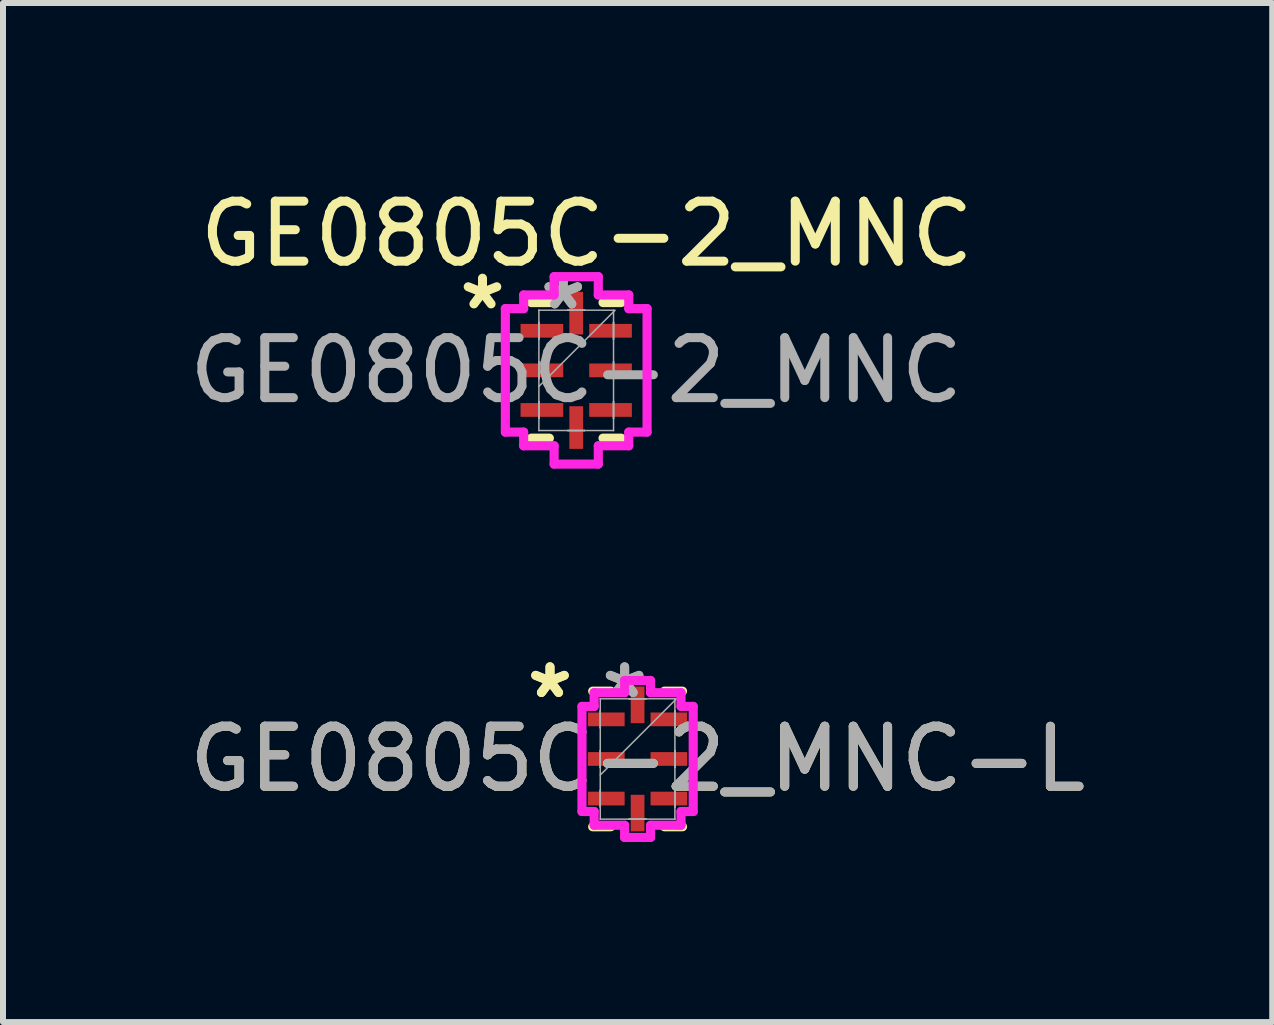
<source format=kicad_pcb>
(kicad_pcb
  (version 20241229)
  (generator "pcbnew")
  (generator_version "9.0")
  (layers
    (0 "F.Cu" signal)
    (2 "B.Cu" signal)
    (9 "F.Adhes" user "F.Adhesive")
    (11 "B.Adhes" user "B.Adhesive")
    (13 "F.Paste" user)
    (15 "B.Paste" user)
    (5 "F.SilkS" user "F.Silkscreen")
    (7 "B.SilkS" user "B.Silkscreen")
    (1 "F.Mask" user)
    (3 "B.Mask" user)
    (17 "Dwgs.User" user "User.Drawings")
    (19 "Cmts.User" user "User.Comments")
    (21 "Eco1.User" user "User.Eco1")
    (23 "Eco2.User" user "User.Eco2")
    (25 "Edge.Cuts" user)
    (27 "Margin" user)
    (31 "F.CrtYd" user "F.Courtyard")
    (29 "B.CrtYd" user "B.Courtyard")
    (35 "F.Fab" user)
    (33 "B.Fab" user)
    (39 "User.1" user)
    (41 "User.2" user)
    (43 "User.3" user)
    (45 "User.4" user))
  (footprint "GE0805C-2_MNC"
    (layer "F.Cu")
    (at 6.554 3.123)
    (property "Reference" "GE0805C-2_MNC" (at 0.175 -2.275 0) (unlocked yes) (layer "F.SilkS") (effects (font (size 1 1) (thickness 0.15))))
    (attr smd)
    (fp_line (start -0.749 1.13) (end -0.447 1.13) (stroke (width 0.152) (type solid)) (layer "F.SilkS"))
    (fp_line (start -0.447 -1.13) (end -0.749 -1.13) (stroke (width 0.152) (type solid)) (layer "F.SilkS"))
    (fp_line (start 0.447 1.13) (end 0.749 1.13) (stroke (width 0.152) (type solid)) (layer "F.SilkS"))
    (fp_line (start 0.749 -1.13) (end 0.447 -1.13) (stroke (width 0.152) (type solid)) (layer "F.SilkS"))
    (fp_line (start -1.181 -1.029) (end -0.876 -1.029) (stroke (width 0.152) (type solid)) (layer "F.CrtYd"))
    (fp_line (start -1.181 1.029) (end -1.181 -1.029) (stroke (width 0.152) (type solid)) (layer "F.CrtYd"))
    (fp_line (start -0.876 -1.257) (end -0.368 -1.257) (stroke (width 0.152) (type solid)) (layer "F.CrtYd"))
    (fp_line (start -0.876 -1.029) (end -0.876 -1.257) (stroke (width 0.152) (type solid)) (layer "F.CrtYd"))
    (fp_line (start -0.876 1.029) (end -1.181 1.029) (stroke (width 0.152) (type solid)) (layer "F.CrtYd"))
    (fp_line (start -0.876 1.257) (end -0.876 1.029) (stroke (width 0.152) (type solid)) (layer "F.CrtYd"))
    (fp_line (start -0.368 -1.562) (end 0.368 -1.562) (stroke (width 0.152) (type solid)) (layer "F.CrtYd"))
    (fp_line (start -0.368 -1.257) (end -0.368 -1.562) (stroke (width 0.152) (type solid)) (layer "F.CrtYd"))
    (fp_line (start -0.368 1.257) (end -0.876 1.257) (stroke (width 0.152) (type solid)) (layer "F.CrtYd"))
    (fp_line (start -0.368 1.562) (end -0.368 1.257) (stroke (width 0.152) (type solid)) (layer "F.CrtYd"))
    (fp_line (start 0.368 -1.562) (end 0.368 -1.257) (stroke (width 0.152) (type solid)) (layer "F.CrtYd"))
    (fp_line (start 0.368 -1.257) (end 0.876 -1.257) (stroke (width 0.152) (type solid)) (layer "F.CrtYd"))
    (fp_line (start 0.368 1.257) (end 0.368 1.562) (stroke (width 0.152) (type solid)) (layer "F.CrtYd"))
    (fp_line (start 0.368 1.562) (end -0.368 1.562) (stroke (width 0.152) (type solid)) (layer "F.CrtYd"))
    (fp_line (start 0.876 -1.257) (end 0.876 -1.029) (stroke (width 0.152) (type solid)) (layer "F.CrtYd"))
    (fp_line (start 0.876 -1.029) (end 1.181 -1.029) (stroke (width 0.152) (type solid)) (layer "F.CrtYd"))
    (fp_line (start 0.876 1.029) (end 0.876 1.257) (stroke (width 0.152) (type solid)) (layer "F.CrtYd"))
    (fp_line (start 0.876 1.257) (end 0.368 1.257) (stroke (width 0.152) (type solid)) (layer "F.CrtYd"))
    (fp_line (start 1.181 -1.029) (end 1.181 1.029) (stroke (width 0.152) (type solid)) (layer "F.CrtYd"))
    (fp_line (start 1.181 1.029) (end 0.876 1.029) (stroke (width 0.152) (type solid)) (layer "F.CrtYd"))
    (fp_line (start -0.622 -1.003) (end -0.622 -1.003) (stroke (width 0.025) (type solid)) (layer "F.Fab"))
    (fp_line (start -0.622 -1.003) (end -0.622 1.003) (stroke (width 0.025) (type solid)) (layer "F.Fab"))
    (fp_line (start -0.622 -0.8) (end -0.622 -0.8) (stroke (width 0.025) (type solid)) (layer "F.Fab"))
    (fp_line (start -0.622 -0.8) (end -0.622 -0.521) (stroke (width 0.025) (type solid)) (layer "F.Fab"))
    (fp_line (start -0.622 -0.521) (end -0.622 -0.8) (stroke (width 0.025) (type solid)) (layer "F.Fab"))
    (fp_line (start -0.622 -0.521) (end -0.622 -0.521) (stroke (width 0.025) (type solid)) (layer "F.Fab"))
    (fp_line (start -0.622 -0.14) (end -0.622 -0.14) (stroke (width 0.025) (type solid)) (layer "F.Fab"))
    (fp_line (start -0.622 -0.14) (end -0.622 0.14) (stroke (width 0.025) (type solid)) (layer "F.Fab"))
    (fp_line (start -0.622 0.14) (end -0.622 -0.14) (stroke (width 0.025) (type solid)) (layer "F.Fab"))
    (fp_line (start -0.622 0.14) (end -0.622 0.14) (stroke (width 0.025) (type solid)) (layer "F.Fab"))
    (fp_line (start -0.622 0.267) (end 0.648 -1.003) (stroke (width 0.025) (type solid)) (layer "F.Fab"))
    (fp_line (start -0.622 0.521) (end -0.622 0.521) (stroke (width 0.025) (type solid)) (layer "F.Fab"))
    (fp_line (start -0.622 0.521) (end -0.622 0.8) (stroke (width 0.025) (type solid)) (layer "F.Fab"))
    (fp_line (start -0.622 0.8) (end -0.622 0.521) (stroke (width 0.025) (type solid)) (layer "F.Fab"))
    (fp_line (start -0.622 0.8) (end -0.622 0.8) (stroke (width 0.025) (type solid)) (layer "F.Fab"))
    (fp_line (start -0.622 1.003) (end -0.622 1.003) (stroke (width 0.025) (type solid)) (layer "F.Fab"))
    (fp_line (start -0.622 1.003) (end 0.622 1.003) (stroke (width 0.025) (type solid)) (layer "F.Fab"))
    (fp_line (start -0.14 -1.003) (end -0.14 -1.003) (stroke (width 0.025) (type solid)) (layer "F.Fab"))
    (fp_line (start -0.14 -1.003) (end 0.14 -1.003) (stroke (width 0.025) (type solid)) (layer "F.Fab"))
    (fp_line (start -0.14 1.003) (end -0.14 1.003) (stroke (width 0.025) (type solid)) (layer "F.Fab"))
    (fp_line (start -0.14 1.003) (end 0.14 1.003) (stroke (width 0.025) (type solid)) (layer "F.Fab"))
    (fp_line (start 0.14 -1.003) (end -0.14 -1.003) (stroke (width 0.025) (type solid)) (layer "F.Fab"))
    (fp_line (start 0.14 -1.003) (end 0.14 -1.003) (stroke (width 0.025) (type solid)) (layer "F.Fab"))
    (fp_line (start 0.14 1.003) (end -0.14 1.003) (stroke (width 0.025) (type solid)) (layer "F.Fab"))
    (fp_line (start 0.14 1.003) (end 0.14 1.003) (stroke (width 0.025) (type solid)) (layer "F.Fab"))
    (fp_line (start 0.622 -1.003) (end -0.622 -1.003) (stroke (width 0.025) (type solid)) (layer "F.Fab"))
    (fp_line (start 0.622 -1.003) (end 0.622 -1.003) (stroke (width 0.025) (type solid)) (layer "F.Fab"))
    (fp_line (start 0.622 -0.8) (end 0.622 -0.8) (stroke (width 0.025) (type solid)) (layer "F.Fab"))
    (fp_line (start 0.622 -0.8) (end 0.622 -0.521) (stroke (width 0.025) (type solid)) (layer "F.Fab"))
    (fp_line (start 0.622 -0.521) (end 0.622 -0.8) (stroke (width 0.025) (type solid)) (layer "F.Fab"))
    (fp_line (start 0.622 -0.521) (end 0.622 -0.521) (stroke (width 0.025) (type solid)) (layer "F.Fab"))
    (fp_line (start 0.622 -0.14) (end 0.622 -0.14) (stroke (width 0.025) (type solid)) (layer "F.Fab"))
    (fp_line (start 0.622 -0.14) (end 0.622 0.14) (stroke (width 0.025) (type solid)) (layer "F.Fab"))
    (fp_line (start 0.622 0.14) (end 0.622 -0.14) (stroke (width 0.025) (type solid)) (layer "F.Fab"))
    (fp_line (start 0.622 0.14) (end 0.622 0.14) (stroke (width 0.025) (type solid)) (layer "F.Fab"))
    (fp_line (start 0.622 0.521) (end 0.622 0.521) (stroke (width 0.025) (type solid)) (layer "F.Fab"))
    (fp_line (start 0.622 0.521) (end 0.622 0.8) (stroke (width 0.025) (type solid)) (layer "F.Fab"))
    (fp_line (start 0.622 0.8) (end 0.622 0.521) (stroke (width 0.025) (type solid)) (layer "F.Fab"))
    (fp_line (start 0.622 0.8) (end 0.622 0.8) (stroke (width 0.025) (type solid)) (layer "F.Fab"))
    (fp_line (start 0.622 1.003) (end 0.622 -1.003) (stroke (width 0.025) (type solid)) (layer "F.Fab"))
    (fp_line (start 0.622 1.003) (end 0.622 1.003) (stroke (width 0.025) (type solid)) (layer "F.Fab"))
    (fp_text user "*" (at -1.562 -0.991 0) (unlocked yes) (layer "F.SilkS") (effects (font (size 1 1) (thickness 0.15))))
    (fp_text user "${REFERENCE}" (at 0 0 0) (unlocked yes) (layer "F.Fab") (effects (font (size 1 1) (thickness 0.15))))
    (fp_text user "*" (at -0.216 -0.991 0) (layer "F.Fab") (effects (font (size 1 1) (thickness 0.15))))
    (fp_text user "*" (at -0.216 -0.991 0) (unlocked yes) (layer "F.Fab") (effects (font (size 1 1) (thickness 0.15))))
    (pad "1" smd rect (at -0.572 -0.66 90) (size 0.229 0.711) (layers "F.Cu" "F.Mask" "F.Paste"))
    (pad "2" smd rect (at -0.572 0 90) (size 0.229 0.711) (layers "F.Cu" "F.Mask" "F.Paste"))
    (pad "3" smd rect (at -0.572 0.66 90) (size 0.229 0.711) (layers "F.Cu" "F.Mask" "F.Paste"))
    (pad "4" smd rect (at 0 0.953) (size 0.229 0.711) (layers "F.Cu" "F.Mask" "F.Paste"))
    (pad "5" smd rect (at 0.572 0.66 90) (size 0.229 0.711) (layers "F.Cu" "F.Mask" "F.Paste"))
    (pad "6" smd rect (at 0.572 0 90) (size 0.229 0.711) (layers "F.Cu" "F.Mask" "F.Paste"))
    (pad "7" smd rect (at 0.572 -0.66 90) (size 0.229 0.711) (layers "F.Cu" "F.Mask" "F.Paste"))
    (pad "8" smd rect (at 0 -0.953) (size 0.229 0.711) (layers "F.Cu" "F.Mask" "F.Paste")))
  (footprint "GE0805C-2_MNC-L"
    (layer "F.Cu")
    (at 7.577 9.6)
    (property "Reference" "GE0805C-2_MNC-L" (at 0 0 0) (unlocked yes) (layer "F.SilkS") (effects (font (size 1 1) (thickness 0.15))))
    (attr smd)
    (fp_line (start -0.749 1.13) (end -0.447 1.13) (stroke (width 0.152) (type solid)) (layer "F.SilkS"))
    (fp_line (start -0.447 -1.13) (end -0.749 -1.13) (stroke (width 0.152) (type solid)) (layer "F.SilkS"))
    (fp_line (start 0.447 1.13) (end 0.749 1.13) (stroke (width 0.152) (type solid)) (layer "F.SilkS"))
    (fp_line (start 0.749 -1.13) (end 0.447 -1.13) (stroke (width 0.152) (type solid)) (layer "F.SilkS"))
    (fp_line (start -0.927 -0.876) (end -0.724 -0.876) (stroke (width 0.152) (type solid)) (layer "F.CrtYd"))
    (fp_line (start -0.927 0.876) (end -0.927 -0.876) (stroke (width 0.152) (type solid)) (layer "F.CrtYd"))
    (fp_line (start -0.724 -1.105) (end -0.216 -1.105) (stroke (width 0.152) (type solid)) (layer "F.CrtYd"))
    (fp_line (start -0.724 -0.876) (end -0.724 -1.105) (stroke (width 0.152) (type solid)) (layer "F.CrtYd"))
    (fp_line (start -0.724 0.876) (end -0.927 0.876) (stroke (width 0.152) (type solid)) (layer "F.CrtYd"))
    (fp_line (start -0.724 1.105) (end -0.724 0.876) (stroke (width 0.152) (type solid)) (layer "F.CrtYd"))
    (fp_line (start -0.216 -1.308) (end 0.216 -1.308) (stroke (width 0.152) (type solid)) (layer "F.CrtYd"))
    (fp_line (start -0.216 -1.105) (end -0.216 -1.308) (stroke (width 0.152) (type solid)) (layer "F.CrtYd"))
    (fp_line (start -0.216 1.105) (end -0.724 1.105) (stroke (width 0.152) (type solid)) (layer "F.CrtYd"))
    (fp_line (start -0.216 1.308) (end -0.216 1.105) (stroke (width 0.152) (type solid)) (layer "F.CrtYd"))
    (fp_line (start 0.216 -1.308) (end 0.216 -1.105) (stroke (width 0.152) (type solid)) (layer "F.CrtYd"))
    (fp_line (start 0.216 -1.105) (end 0.724 -1.105) (stroke (width 0.152) (type solid)) (layer "F.CrtYd"))
    (fp_line (start 0.216 1.105) (end 0.216 1.308) (stroke (width 0.152) (type solid)) (layer "F.CrtYd"))
    (fp_line (start 0.216 1.308) (end -0.216 1.308) (stroke (width 0.152) (type solid)) (layer "F.CrtYd"))
    (fp_line (start 0.724 -1.105) (end 0.724 -0.876) (stroke (width 0.152) (type solid)) (layer "F.CrtYd"))
    (fp_line (start 0.724 -0.876) (end 0.927 -0.876) (stroke (width 0.152) (type solid)) (layer "F.CrtYd"))
    (fp_line (start 0.724 0.876) (end 0.724 1.105) (stroke (width 0.152) (type solid)) (layer "F.CrtYd"))
    (fp_line (start 0.724 1.105) (end 0.216 1.105) (stroke (width 0.152) (type solid)) (layer "F.CrtYd"))
    (fp_line (start 0.927 -0.876) (end 0.927 0.876) (stroke (width 0.152) (type solid)) (layer "F.CrtYd"))
    (fp_line (start 0.927 0.876) (end 0.724 0.876) (stroke (width 0.152) (type solid)) (layer "F.CrtYd"))
    (fp_line (start -0.622 -1.003) (end -0.622 -1.003) (stroke (width 0.025) (type solid)) (layer "F.Fab"))
    (fp_line (start -0.622 -1.003) (end -0.622 1.003) (stroke (width 0.025) (type solid)) (layer "F.Fab"))
    (fp_line (start -0.622 -0.8) (end -0.622 -0.8) (stroke (width 0.025) (type solid)) (layer "F.Fab"))
    (fp_line (start -0.622 -0.8) (end -0.622 -0.521) (stroke (width 0.025) (type solid)) (layer "F.Fab"))
    (fp_line (start -0.622 -0.521) (end -0.622 -0.8) (stroke (width 0.025) (type solid)) (layer "F.Fab"))
    (fp_line (start -0.622 -0.521) (end -0.622 -0.521) (stroke (width 0.025) (type solid)) (layer "F.Fab"))
    (fp_line (start -0.622 -0.14) (end -0.622 -0.14) (stroke (width 0.025) (type solid)) (layer "F.Fab"))
    (fp_line (start -0.622 -0.14) (end -0.622 0.14) (stroke (width 0.025) (type solid)) (layer "F.Fab"))
    (fp_line (start -0.622 0.14) (end -0.622 -0.14) (stroke (width 0.025) (type solid)) (layer "F.Fab"))
    (fp_line (start -0.622 0.14) (end -0.622 0.14) (stroke (width 0.025) (type solid)) (layer "F.Fab"))
    (fp_line (start -0.622 0.267) (end 0.648 -1.003) (stroke (width 0.025) (type solid)) (layer "F.Fab"))
    (fp_line (start -0.622 0.521) (end -0.622 0.521) (stroke (width 0.025) (type solid)) (layer "F.Fab"))
    (fp_line (start -0.622 0.521) (end -0.622 0.8) (stroke (width 0.025) (type solid)) (layer "F.Fab"))
    (fp_line (start -0.622 0.8) (end -0.622 0.521) (stroke (width 0.025) (type solid)) (layer "F.Fab"))
    (fp_line (start -0.622 0.8) (end -0.622 0.8) (stroke (width 0.025) (type solid)) (layer "F.Fab"))
    (fp_line (start -0.622 1.003) (end -0.622 1.003) (stroke (width 0.025) (type solid)) (layer "F.Fab"))
    (fp_line (start -0.622 1.003) (end 0.622 1.003) (stroke (width 0.025) (type solid)) (layer "F.Fab"))
    (fp_line (start -0.14 -1.003) (end -0.14 -1.003) (stroke (width 0.025) (type solid)) (layer "F.Fab"))
    (fp_line (start -0.14 -1.003) (end 0.14 -1.003) (stroke (width 0.025) (type solid)) (layer "F.Fab"))
    (fp_line (start -0.14 1.003) (end -0.14 1.003) (stroke (width 0.025) (type solid)) (layer "F.Fab"))
    (fp_line (start -0.14 1.003) (end 0.14 1.003) (stroke (width 0.025) (type solid)) (layer "F.Fab"))
    (fp_line (start 0.14 -1.003) (end -0.14 -1.003) (stroke (width 0.025) (type solid)) (layer "F.Fab"))
    (fp_line (start 0.14 -1.003) (end 0.14 -1.003) (stroke (width 0.025) (type solid)) (layer "F.Fab"))
    (fp_line (start 0.14 1.003) (end -0.14 1.003) (stroke (width 0.025) (type solid)) (layer "F.Fab"))
    (fp_line (start 0.14 1.003) (end 0.14 1.003) (stroke (width 0.025) (type solid)) (layer "F.Fab"))
    (fp_line (start 0.622 -1.003) (end -0.622 -1.003) (stroke (width 0.025) (type solid)) (layer "F.Fab"))
    (fp_line (start 0.622 -1.003) (end 0.622 -1.003) (stroke (width 0.025) (type solid)) (layer "F.Fab"))
    (fp_line (start 0.622 -0.8) (end 0.622 -0.8) (stroke (width 0.025) (type solid)) (layer "F.Fab"))
    (fp_line (start 0.622 -0.8) (end 0.622 -0.521) (stroke (width 0.025) (type solid)) (layer "F.Fab"))
    (fp_line (start 0.622 -0.521) (end 0.622 -0.8) (stroke (width 0.025) (type solid)) (layer "F.Fab"))
    (fp_line (start 0.622 -0.521) (end 0.622 -0.521) (stroke (width 0.025) (type solid)) (layer "F.Fab"))
    (fp_line (start 0.622 -0.14) (end 0.622 -0.14) (stroke (width 0.025) (type solid)) (layer "F.Fab"))
    (fp_line (start 0.622 -0.14) (end 0.622 0.14) (stroke (width 0.025) (type solid)) (layer "F.Fab"))
    (fp_line (start 0.622 0.14) (end 0.622 -0.14) (stroke (width 0.025) (type solid)) (layer "F.Fab"))
    (fp_line (start 0.622 0.14) (end 0.622 0.14) (stroke (width 0.025) (type solid)) (layer "F.Fab"))
    (fp_line (start 0.622 0.521) (end 0.622 0.521) (stroke (width 0.025) (type solid)) (layer "F.Fab"))
    (fp_line (start 0.622 0.521) (end 0.622 0.8) (stroke (width 0.025) (type solid)) (layer "F.Fab"))
    (fp_line (start 0.622 0.8) (end 0.622 0.521) (stroke (width 0.025) (type solid)) (layer "F.Fab"))
    (fp_line (start 0.622 0.8) (end 0.622 0.8) (stroke (width 0.025) (type solid)) (layer "F.Fab"))
    (fp_line (start 0.622 1.003) (end 0.622 -1.003) (stroke (width 0.025) (type solid)) (layer "F.Fab"))
    (fp_line (start 0.622 1.003) (end 0.622 1.003) (stroke (width 0.025) (type solid)) (layer "F.Fab"))
    (fp_text user "*" (at -1.46 -0.991 0) (unlocked yes) (layer "F.SilkS") (effects (font (size 1 1) (thickness 0.15))))
    (fp_text user "*" (at -1.46 -0.991 0) (layer "F.SilkS") (effects (font (size 1 1) (thickness 0.15))))
    (fp_text user "*" (at -0.216 -0.991 0) (layer "F.Fab") (effects (font (size 1 1) (thickness 0.15))))
    (fp_text user "${REFERENCE}" (at 0 0 0) (unlocked yes) (layer "F.Fab") (effects (font (size 1 1) (thickness 0.15))))
    (fp_text user "*" (at -0.216 -0.991 0) (unlocked yes) (layer "F.Fab") (effects (font (size 1 1) (thickness 0.15))))
    (pad "1" smd rect (at -0.521 -0.66 90) (size 0.229 0.61) (layers "F.Cu" "F.Mask" "F.Paste"))
    (pad "2" smd rect (at -0.521 0 90) (size 0.229 0.61) (layers "F.Cu" "F.Mask" "F.Paste"))
    (pad "3" smd rect (at -0.521 0.66 90) (size 0.229 0.61) (layers "F.Cu" "F.Mask" "F.Paste"))
    (pad "4" smd rect (at 0 0.902) (size 0.229 0.61) (layers "F.Cu" "F.Mask" "F.Paste"))
    (pad "5" smd rect (at 0.521 0.66 90) (size 0.229 0.61) (layers "F.Cu" "F.Mask" "F.Paste"))
    (pad "6" smd rect (at 0.521 0 90) (size 0.229 0.61) (layers "F.Cu" "F.Mask" "F.Paste"))
    (pad "7" smd rect (at 0.521 -0.66 90) (size 0.229 0.61) (layers "F.Cu" "F.Mask" "F.Paste"))
    (pad "8" smd rect (at 0 -0.902) (size 0.229 0.61) (layers "F.Cu" "F.Mask" "F.Paste")))
  (gr_rect
    (start -3 -3)
    (end 18.155 13.985)
    (stroke (width 0.1) (type default))
    (fill no)
    (layer "Edge.Cuts")))
</source>
